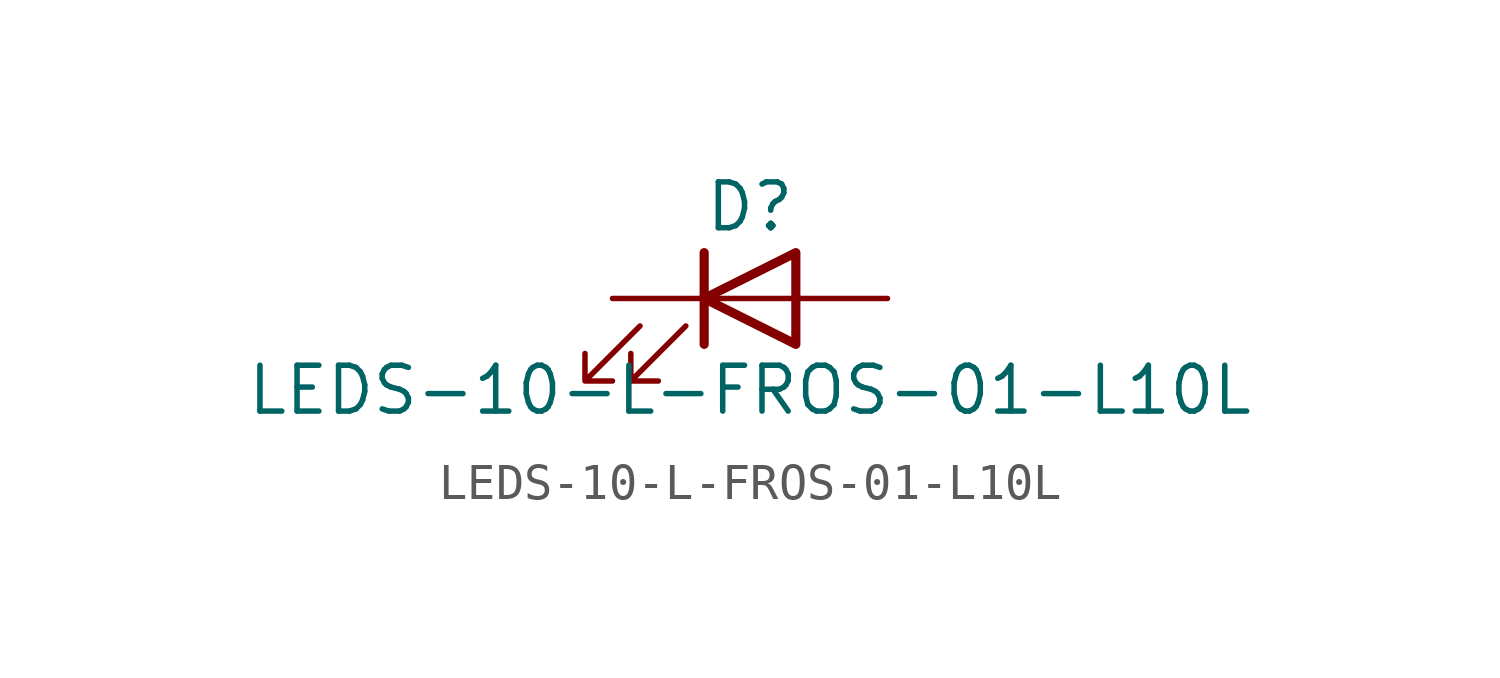
<source format=kicad_sym>
(kicad_symbol_lib
  (version 20211014)
  (generator kicad_symbol_editor)
  (symbol "LEDS-10-L-FROS-01-L10L"
    (pin_numbers hide)
    (pin_names
      (offset 1.016) hide)
    (property "Reference" "D"
      (at 0 2.54 0)
      (effects (font (size 1.27 1.27))))
    (property "Value" "LEDS-10-L-FROS-01-L10L"
      (at 0 -2.54 0)
      (effects (font (size 1.27 1.27))))
    (symbol "LEDS-10-L-FROS-01-L10L_0_1"
      (polyline (pts (xy -1.27 -1.27) (xy -1.27 1.27)) (stroke (width 0.254) (type default) (color 0 0 0 0)) (fill (type none)))
      (polyline (pts (xy -1.27 0) (xy 1.27 0)) (stroke (width 0) (type default) (color 0 0 0 0)) (fill (type none)))
      (polyline (pts (xy 1.27 -1.27) (xy 1.27 1.27) (xy -1.27 0) (xy 1.27 -1.27)) (stroke (width 0.254) (type default) (color 0 0 0 0)) (fill (type none)))
      (polyline (pts (xy -3.048 -0.762) (xy -4.572 -2.286) (xy -3.81 -2.286) (xy -4.572 -2.286) (xy -4.572 -1.524)) (stroke (width 0) (type default) (color 0 0 0 0)) (fill (type none)))
      (polyline (pts (xy -1.778 -0.762) (xy -3.302 -2.286) (xy -2.54 -2.286) (xy -3.302 -2.286) (xy -3.302 -1.524)) (stroke (width 0) (type default) (color 0 0 0 0)) (fill (type none))))
    (symbol "LEDS-10-L-FROS-01-L10L_1_1"
      (pin passive line (at -3.81 0 0) (length 2.54) (name "K" (effects (font (size 1.27 1.27)))) (number "1" (effects (font (size 1.27 1.27)))))
      (pin passive line (at 3.81 0 180) (length 2.54) (name "A" (effects (font (size 1.27 1.27)))) (number "2" (effects (font (size 1.27 1.27))))))))
</source>
